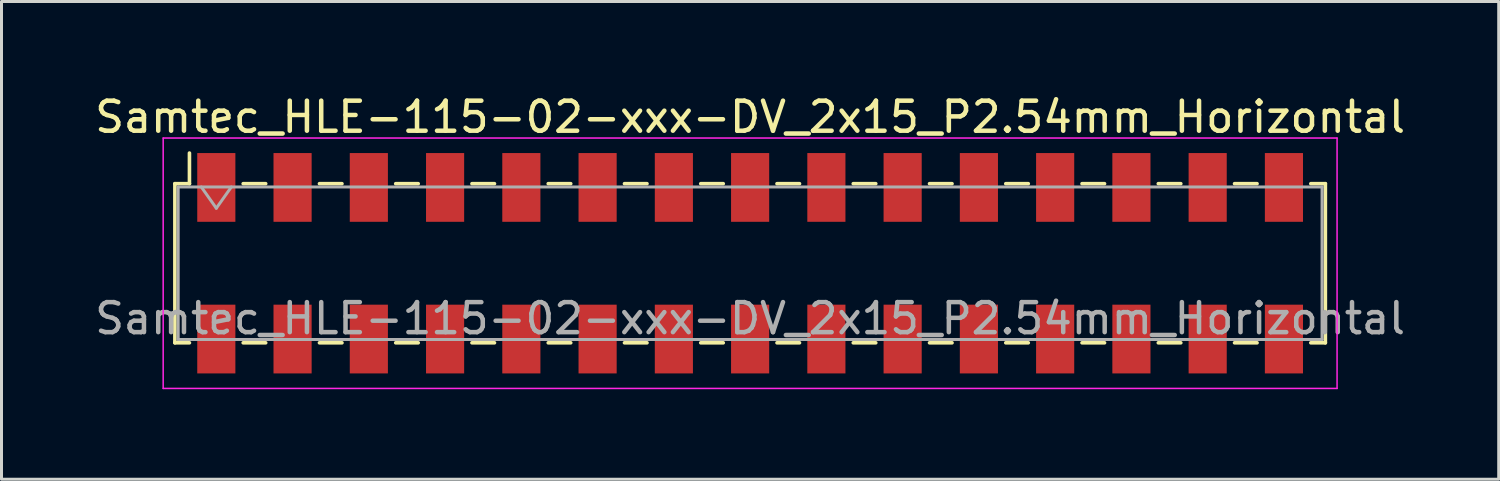
<source format=kicad_pcb>
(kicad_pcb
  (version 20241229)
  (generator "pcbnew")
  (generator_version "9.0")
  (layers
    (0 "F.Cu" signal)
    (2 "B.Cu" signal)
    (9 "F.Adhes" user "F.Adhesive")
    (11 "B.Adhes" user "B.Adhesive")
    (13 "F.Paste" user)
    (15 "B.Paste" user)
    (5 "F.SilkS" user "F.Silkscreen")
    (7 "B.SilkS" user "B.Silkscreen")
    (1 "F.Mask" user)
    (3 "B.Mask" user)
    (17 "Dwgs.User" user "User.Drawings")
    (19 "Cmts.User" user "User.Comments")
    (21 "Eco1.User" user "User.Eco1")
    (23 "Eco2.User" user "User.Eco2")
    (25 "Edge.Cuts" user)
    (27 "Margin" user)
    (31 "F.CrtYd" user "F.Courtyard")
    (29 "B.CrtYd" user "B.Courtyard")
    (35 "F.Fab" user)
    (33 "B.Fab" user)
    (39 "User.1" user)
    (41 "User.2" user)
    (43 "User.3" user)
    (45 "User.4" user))
  (footprint "Samtec_HLE-115-02-xxx-DV_2x15_P2.54mm_Horizontal"
    (layer "F.Cu")
    (at 21.935 5.718)
    (property "Reference" "Samtec_HLE-115-02-xxx-DV_2x15_P2.54mm_Horizontal" (at 0 -4.87 0) (layer "F.SilkS") (effects (font (size 1 1) (thickness 0.15))))
    (attr smd)
    (fp_line (start -19.16 -2.65) (end -19.16 2.65) (stroke (width 0.12) (type solid)) (layer "F.SilkS"))
    (fp_line (start -19.16 2.65) (end -18.675 2.65) (stroke (width 0.12) (type solid)) (layer "F.SilkS"))
    (fp_line (start -18.675 -3.67) (end -18.675 -2.65) (stroke (width 0.12) (type solid)) (layer "F.SilkS"))
    (fp_line (start -18.675 -2.65) (end -19.16 -2.65) (stroke (width 0.12) (type solid)) (layer "F.SilkS"))
    (fp_line (start -16.885 -2.65) (end -16.135 -2.65) (stroke (width 0.12) (type solid)) (layer "F.SilkS"))
    (fp_line (start -16.885 2.65) (end -16.135 2.65) (stroke (width 0.12) (type solid)) (layer "F.SilkS"))
    (fp_line (start -14.345 -2.65) (end -13.595 -2.65) (stroke (width 0.12) (type solid)) (layer "F.SilkS"))
    (fp_line (start -14.345 2.65) (end -13.595 2.65) (stroke (width 0.12) (type solid)) (layer "F.SilkS"))
    (fp_line (start -11.805 -2.65) (end -11.055 -2.65) (stroke (width 0.12) (type solid)) (layer "F.SilkS"))
    (fp_line (start -11.805 2.65) (end -11.055 2.65) (stroke (width 0.12) (type solid)) (layer "F.SilkS"))
    (fp_line (start -9.265 -2.65) (end -8.515 -2.65) (stroke (width 0.12) (type solid)) (layer "F.SilkS"))
    (fp_line (start -9.265 2.65) (end -8.515 2.65) (stroke (width 0.12) (type solid)) (layer "F.SilkS"))
    (fp_line (start -6.725 -2.65) (end -5.975 -2.65) (stroke (width 0.12) (type solid)) (layer "F.SilkS"))
    (fp_line (start -6.725 2.65) (end -5.975 2.65) (stroke (width 0.12) (type solid)) (layer "F.SilkS"))
    (fp_line (start -4.185 -2.65) (end -3.435 -2.65) (stroke (width 0.12) (type solid)) (layer "F.SilkS"))
    (fp_line (start -4.185 2.65) (end -3.435 2.65) (stroke (width 0.12) (type solid)) (layer "F.SilkS"))
    (fp_line (start -1.645 -2.65) (end -0.895 -2.65) (stroke (width 0.12) (type solid)) (layer "F.SilkS"))
    (fp_line (start -1.645 2.65) (end -0.895 2.65) (stroke (width 0.12) (type solid)) (layer "F.SilkS"))
    (fp_line (start 0.895 -2.65) (end 1.645 -2.65) (stroke (width 0.12) (type solid)) (layer "F.SilkS"))
    (fp_line (start 0.895 2.65) (end 1.645 2.65) (stroke (width 0.12) (type solid)) (layer "F.SilkS"))
    (fp_line (start 3.435 -2.65) (end 4.185 -2.65) (stroke (width 0.12) (type solid)) (layer "F.SilkS"))
    (fp_line (start 3.435 2.65) (end 4.185 2.65) (stroke (width 0.12) (type solid)) (layer "F.SilkS"))
    (fp_line (start 5.975 -2.65) (end 6.725 -2.65) (stroke (width 0.12) (type solid)) (layer "F.SilkS"))
    (fp_line (start 5.975 2.65) (end 6.725 2.65) (stroke (width 0.12) (type solid)) (layer "F.SilkS"))
    (fp_line (start 8.515 -2.65) (end 9.265 -2.65) (stroke (width 0.12) (type solid)) (layer "F.SilkS"))
    (fp_line (start 8.515 2.65) (end 9.265 2.65) (stroke (width 0.12) (type solid)) (layer "F.SilkS"))
    (fp_line (start 11.055 -2.65) (end 11.805 -2.65) (stroke (width 0.12) (type solid)) (layer "F.SilkS"))
    (fp_line (start 11.055 2.65) (end 11.805 2.65) (stroke (width 0.12) (type solid)) (layer "F.SilkS"))
    (fp_line (start 13.595 -2.65) (end 14.345 -2.65) (stroke (width 0.12) (type solid)) (layer "F.SilkS"))
    (fp_line (start 13.595 2.65) (end 14.345 2.65) (stroke (width 0.12) (type solid)) (layer "F.SilkS"))
    (fp_line (start 16.135 -2.65) (end 16.885 -2.65) (stroke (width 0.12) (type solid)) (layer "F.SilkS"))
    (fp_line (start 16.135 2.65) (end 16.885 2.65) (stroke (width 0.12) (type solid)) (layer "F.SilkS"))
    (fp_line (start 18.675 -2.65) (end 19.16 -2.65) (stroke (width 0.12) (type solid)) (layer "F.SilkS"))
    (fp_line (start 19.16 -2.65) (end 19.16 2.65) (stroke (width 0.12) (type solid)) (layer "F.SilkS"))
    (fp_line (start 19.16 2.65) (end 18.675 2.65) (stroke (width 0.12) (type solid)) (layer "F.SilkS"))
    (fp_line (start -19.55 -4.17) (end 19.55 -4.17) (stroke (width 0.05) (type solid)) (layer "F.CrtYd"))
    (fp_line (start -19.55 4.17) (end -19.55 -4.17) (stroke (width 0.05) (type solid)) (layer "F.CrtYd"))
    (fp_line (start 19.55 -4.17) (end 19.55 4.17) (stroke (width 0.05) (type solid)) (layer "F.CrtYd"))
    (fp_line (start 19.55 4.17) (end -19.55 4.17) (stroke (width 0.05) (type solid)) (layer "F.CrtYd"))
    (fp_line (start -19.05 -2.54) (end 19.05 -2.54) (stroke (width 0.1) (type solid)) (layer "F.Fab"))
    (fp_line (start -19.05 2.54) (end -19.05 -2.54) (stroke (width 0.1) (type solid)) (layer "F.Fab"))
    (fp_line (start -18.28 -2.54) (end -17.78 -1.833) (stroke (width 0.1) (type solid)) (layer "F.Fab"))
    (fp_line (start -17.78 -1.833) (end -17.28 -2.54) (stroke (width 0.1) (type solid)) (layer "F.Fab"))
    (fp_line (start 19.05 -2.54) (end 19.05 2.54) (stroke (width 0.1) (type solid)) (layer "F.Fab"))
    (fp_line (start 19.05 2.54) (end -19.05 2.54) (stroke (width 0.1) (type solid)) (layer "F.Fab"))
    (fp_text user "${REFERENCE}" (at 0 1.84 0) (layer "F.Fab") (effects (font (size 1 1) (thickness 0.15))))
    (pad "1" smd rect (at -17.78 -2.525) (size 1.27 2.29) (layers "F.Cu" "F.Mask" "F.Paste"))
    (pad "2" smd rect (at -17.78 2.525) (size 1.27 2.29) (layers "F.Cu" "F.Mask" "F.Paste"))
    (pad "3" smd rect (at -15.24 -2.525) (size 1.27 2.29) (layers "F.Cu" "F.Mask" "F.Paste"))
    (pad "4" smd rect (at -15.24 2.525) (size 1.27 2.29) (layers "F.Cu" "F.Mask" "F.Paste"))
    (pad "5" smd rect (at -12.7 -2.525) (size 1.27 2.29) (layers "F.Cu" "F.Mask" "F.Paste"))
    (pad "6" smd rect (at -12.7 2.525) (size 1.27 2.29) (layers "F.Cu" "F.Mask" "F.Paste"))
    (pad "7" smd rect (at -10.16 -2.525) (size 1.27 2.29) (layers "F.Cu" "F.Mask" "F.Paste"))
    (pad "8" smd rect (at -10.16 2.525) (size 1.27 2.29) (layers "F.Cu" "F.Mask" "F.Paste"))
    (pad "9" smd rect (at -7.62 -2.525) (size 1.27 2.29) (layers "F.Cu" "F.Mask" "F.Paste"))
    (pad "10" smd rect (at -7.62 2.525) (size 1.27 2.29) (layers "F.Cu" "F.Mask" "F.Paste"))
    (pad "11" smd rect (at -5.08 -2.525) (size 1.27 2.29) (layers "F.Cu" "F.Mask" "F.Paste"))
    (pad "12" smd rect (at -5.08 2.525) (size 1.27 2.29) (layers "F.Cu" "F.Mask" "F.Paste"))
    (pad "13" smd rect (at -2.54 -2.525) (size 1.27 2.29) (layers "F.Cu" "F.Mask" "F.Paste"))
    (pad "14" smd rect (at -2.54 2.525) (size 1.27 2.29) (layers "F.Cu" "F.Mask" "F.Paste"))
    (pad "15" smd rect (at 0 -2.525) (size 1.27 2.29) (layers "F.Cu" "F.Mask" "F.Paste"))
    (pad "16" smd rect (at 0 2.525) (size 1.27 2.29) (layers "F.Cu" "F.Mask" "F.Paste"))
    (pad "17" smd rect (at 2.54 -2.525) (size 1.27 2.29) (layers "F.Cu" "F.Mask" "F.Paste"))
    (pad "18" smd rect (at 2.54 2.525) (size 1.27 2.29) (layers "F.Cu" "F.Mask" "F.Paste"))
    (pad "19" smd rect (at 5.08 -2.525) (size 1.27 2.29) (layers "F.Cu" "F.Mask" "F.Paste"))
    (pad "20" smd rect (at 5.08 2.525) (size 1.27 2.29) (layers "F.Cu" "F.Mask" "F.Paste"))
    (pad "21" smd rect (at 7.62 -2.525) (size 1.27 2.29) (layers "F.Cu" "F.Mask" "F.Paste"))
    (pad "22" smd rect (at 7.62 2.525) (size 1.27 2.29) (layers "F.Cu" "F.Mask" "F.Paste"))
    (pad "23" smd rect (at 10.16 -2.525) (size 1.27 2.29) (layers "F.Cu" "F.Mask" "F.Paste"))
    (pad "24" smd rect (at 10.16 2.525) (size 1.27 2.29) (layers "F.Cu" "F.Mask" "F.Paste"))
    (pad "25" smd rect (at 12.7 -2.525) (size 1.27 2.29) (layers "F.Cu" "F.Mask" "F.Paste"))
    (pad "26" smd rect (at 12.7 2.525) (size 1.27 2.29) (layers "F.Cu" "F.Mask" "F.Paste"))
    (pad "27" smd rect (at 15.24 -2.525) (size 1.27 2.29) (layers "F.Cu" "F.Mask" "F.Paste"))
    (pad "28" smd rect (at 15.24 2.525) (size 1.27 2.29) (layers "F.Cu" "F.Mask" "F.Paste"))
    (pad "29" smd rect (at 17.78 -2.525) (size 1.27 2.29) (layers "F.Cu" "F.Mask" "F.Paste"))
    (pad "30" smd rect (at 17.78 2.525) (size 1.27 2.29) (layers "F.Cu" "F.Mask" "F.Paste")))
  (gr_rect
    (start -3 -3)
    (end 46.869 12.913)
    (stroke (width 0.1) (type default))
    (fill no)
    (layer "Edge.Cuts")))
</source>
